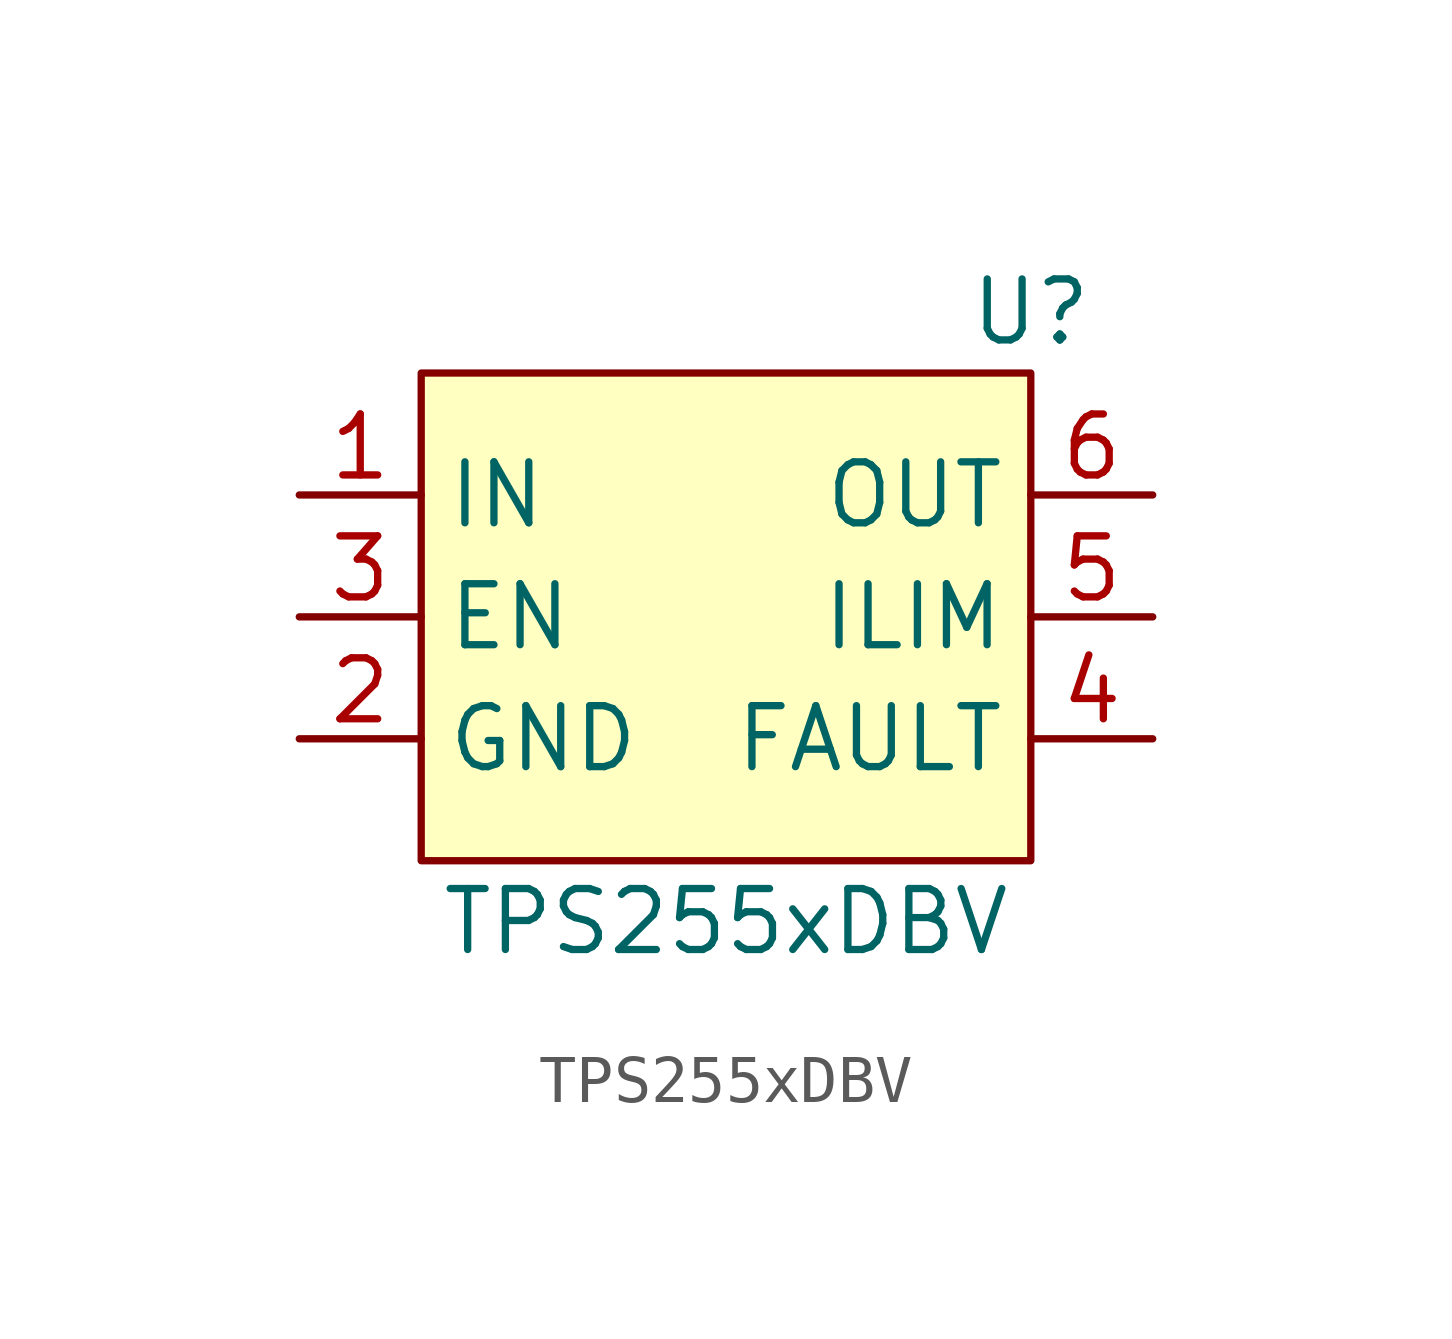
<source format=kicad_sym>
(kicad_symbol_lib
  (version 20201005)
  (generator kicad_symbol_editor)
  (symbol "Power_Management_Extra:TPS255xDBV"
    (property "Reference" "U"
      (at 6.35 6.35 0)
      (effects (font (size 1.27 1.27))))
    (property "Value" "TPS255xDBV"
      (at 0 -6.35 0)
      (effects (font (size 1.27 1.27))))
    (symbol "TPS255xDBV_0_0"
      (pin power_in line (at -8.89 2.54 0) (length 2.54) (name "IN" (effects (font (size 1.27 1.27)))) (number "1" (effects (font (size 1.27 1.27)))))
      (pin power_in line (at -8.89 -2.54 0) (length 2.54) (name "GND" (effects (font (size 1.27 1.27)))) (number "2" (effects (font (size 1.27 1.27)))))
      (pin input line (at -8.89 0 0) (length 2.54) (name "EN" (effects (font (size 1.27 1.27)))) (number "3" (effects (font (size 1.27 1.27)))))
      (pin output line (at 8.89 -2.54 180) (length 2.54) (name "FAULT" (effects (font (size 1.27 1.27)))) (number "4" (effects (font (size 1.27 1.27)))))
      (pin input line (at 8.89 0 180) (length 2.54) (name "ILIM" (effects (font (size 1.27 1.27)))) (number "5" (effects (font (size 1.27 1.27)))))
      (pin power_out line (at 8.89 2.54 180) (length 2.54) (name "OUT" (effects (font (size 1.27 1.27)))) (number "6" (effects (font (size 1.27 1.27))))))
    (symbol "TPS255xDBV_0_1"
      (rectangle (start -6.35 5.08) (end 6.35 -5.08) (stroke (width 0.152)) (fill (type background))))))
</source>
